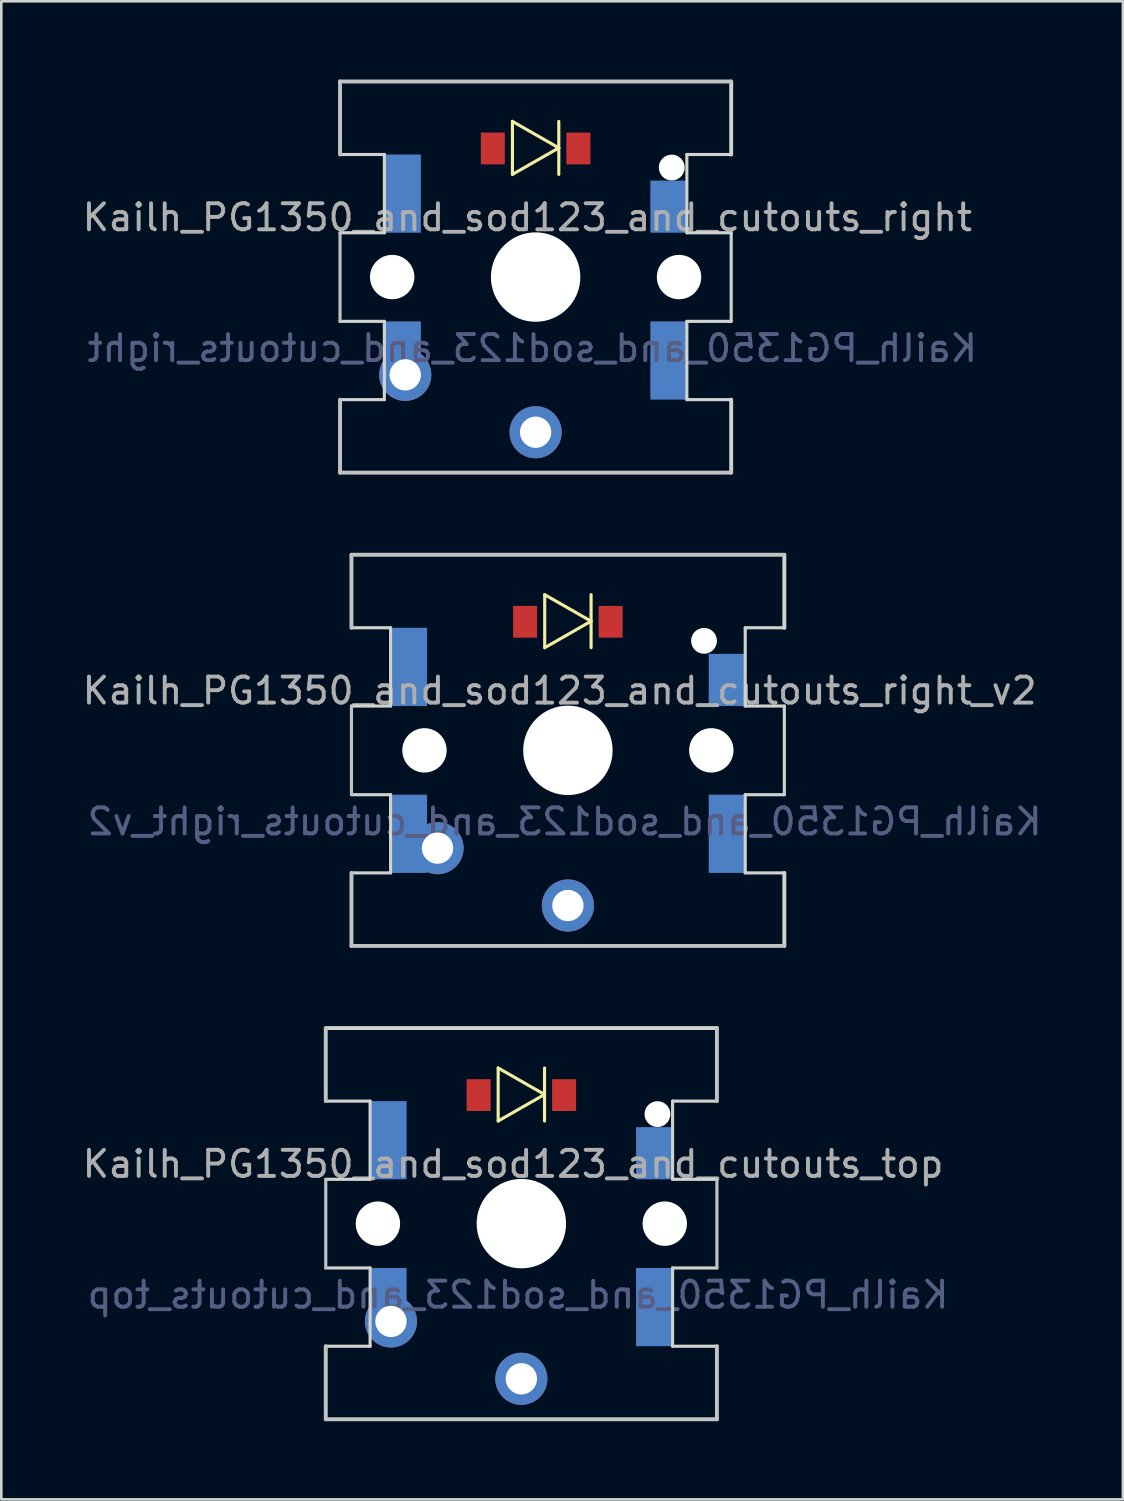
<source format=kicad_pcb>
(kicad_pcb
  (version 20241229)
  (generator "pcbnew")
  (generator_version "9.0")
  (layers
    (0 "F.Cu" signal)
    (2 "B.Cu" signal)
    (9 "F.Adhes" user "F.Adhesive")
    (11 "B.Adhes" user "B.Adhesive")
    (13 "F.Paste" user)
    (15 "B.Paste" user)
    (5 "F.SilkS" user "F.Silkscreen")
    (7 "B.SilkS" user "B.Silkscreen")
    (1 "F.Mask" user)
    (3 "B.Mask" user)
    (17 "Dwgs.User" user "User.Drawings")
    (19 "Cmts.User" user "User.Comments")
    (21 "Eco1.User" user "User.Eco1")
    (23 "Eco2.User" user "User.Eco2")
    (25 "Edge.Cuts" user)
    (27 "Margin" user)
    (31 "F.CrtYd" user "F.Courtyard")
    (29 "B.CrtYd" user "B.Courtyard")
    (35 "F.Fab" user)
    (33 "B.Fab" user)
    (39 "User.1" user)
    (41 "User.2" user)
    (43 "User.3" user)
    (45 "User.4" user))
  (footprint "Kailh_PG1350_and_sod123_and_cutouts_top"
    (layer "F.Cu")
    (at 16.943 43.875)
    (property "Reference" "Kailh_PG1350_and_sod123_and_cutouts_top" (at -0.318 -2.286 0) (layer "F.Fab") (effects (font (size 1 1) (thickness 0.15))))
    (attr smd)
    (fp_line (start -0.889 -5.969) (end -0.889 -3.937) (stroke (width 0.12) (type solid)) (layer "F.SilkS"))
    (fp_line (start -0.889 -5.969) (end 0.889 -4.953) (stroke (width 0.12) (type solid)) (layer "F.SilkS"))
    (fp_line (start 0.889 -4.953) (end -0.889 -3.937) (stroke (width 0.12) (type solid)) (layer "F.SilkS"))
    (fp_line (start 0.889 -3.937) (end 0.889 -5.969) (stroke (width 0.12) (type solid)) (layer "F.SilkS"))
    (fp_line (start -7.5 -4.7) (end -7.5 -7.5) (stroke (width 0.15) (type solid)) (layer "Dwgs.User"))
    (fp_line (start -7.5 1.7) (end -7.5 -1.7) (stroke (width 0.12) (type solid)) (layer "Dwgs.User"))
    (fp_line (start -7.5 7.5) (end -7.5 4.7) (stroke (width 0.15) (type solid)) (layer "Dwgs.User"))
    (fp_line (start 7.5 -7.5) (end 7.5 -4.7) (stroke (width 0.15) (type solid)) (layer "Dwgs.User"))
    (fp_line (start 7.5 1.7) (end 7.5 -1.7) (stroke (width 0.12) (type solid)) (layer "Dwgs.User"))
    (fp_line (start 7.5 7.5) (end -7.5 7.5) (stroke (width 0.15) (type solid)) (layer "Dwgs.User"))
    (fp_line (start 7.5 7.5) (end 7.5 4.7) (stroke (width 0.15) (type solid)) (layer "Dwgs.User"))
    (fp_line (start -7.5 -7.5) (end 7.5 -7.5) (stroke (width 0.15) (type solid)) (layer "Edge.Cuts"))
    (fp_line (start -7.5 -4.7) (end -5.8 -4.7) (stroke (width 0.12) (type solid)) (layer "Edge.Cuts"))
    (fp_line (start -7.5 -1.7) (end -5.8 -1.7) (stroke (width 0.12) (type solid)) (layer "Edge.Cuts"))
    (fp_line (start -7.5 1.7) (end -5.8 1.7) (stroke (width 0.12) (type solid)) (layer "Edge.Cuts"))
    (fp_line (start -7.5 4.7) (end -5.8 4.7) (stroke (width 0.12) (type solid)) (layer "Edge.Cuts"))
    (fp_line (start -5.8 -4.7) (end -5.8 -1.7) (stroke (width 0.12) (type solid)) (layer "Edge.Cuts"))
    (fp_line (start -5.8 4.7) (end -5.8 1.7) (stroke (width 0.12) (type solid)) (layer "Edge.Cuts"))
    (fp_line (start 5.8 -4.7) (end 7.5 -4.7) (stroke (width 0.12) (type solid)) (layer "Edge.Cuts"))
    (fp_line (start 5.8 -1.7) (end 5.8 -4.7) (stroke (width 0.12) (type solid)) (layer "Edge.Cuts"))
    (fp_line (start 5.8 -1.7) (end 7.5 -1.7) (stroke (width 0.12) (type solid)) (layer "Edge.Cuts"))
    (fp_line (start 5.8 1.7) (end 7.5 1.7) (stroke (width 0.12) (type solid)) (layer "Edge.Cuts"))
    (fp_line (start 5.8 4.7) (end 5.8 1.7) (stroke (width 0.12) (type solid)) (layer "Edge.Cuts"))
    (fp_line (start 5.8 4.7) (end 7.5 4.7) (stroke (width 0.12) (type solid)) (layer "Edge.Cuts"))
    (fp_text user "${REFERENCE}" (at -0.127 2.731 0) (layer "B.Fab") (effects (font (size 1 1) (thickness 0.15)) (justify mirror)))
    (pad "" np_thru_hole circle (at -5.5 0) (size 1.702 1.702) (drill 1.702) (layers "*.Cu" "*.Mask"))
    (pad "" np_thru_hole circle (at 0 0) (size 3.429 3.429) (drill 3.429) (layers "*.Cu" "*.Mask"))
    (pad "" np_thru_hole circle (at 5.22 -4.2) (size 0.991 0.991) (drill 0.991) (layers "*.Cu" "*.Mask"))
    (pad "" np_thru_hole circle (at 5.5 0) (size 1.702 1.702) (drill 1.702) (layers "*.Cu" "*.Mask"))
    (pad "1" smd rect (at -5.1 -3.2) (size 1.4 3) (layers "B.Cu" "B.Mask" "B.Paste"))
    (pad "1" smd rect (at -5.1 2.4) (size 1.4 1.4) (layers "B.Cu" "B.Mask" "B.Paste"))
    (pad "1" thru_hole circle (at -5 3.75) (size 2 2) (drill 1.2) (layers "*.Cu" "*.Mask"))
    (pad "2" thru_hole circle (at 0 5.95) (size 2 2) (drill 1.2) (layers "*.Cu" "*.Mask"))
    (pad "A" smd rect (at -1.64 -4.93) (size 0.92 1.22) (layers "F.Cu" "F.Mask" "F.Paste"))
    (pad "K" smd rect (at 1.64 -4.93) (size 0.92 1.22) (layers "F.Cu" "F.Mask" "F.Paste"))
    (pad "K" smd rect (at 5.1 -2.7) (size 1.4 2) (layers "B.Cu" "B.Mask" "B.Paste"))
    (pad "K" smd rect (at 5.1 3.2) (size 1.4 3) (layers "B.Cu" "B.Mask" "B.Paste")))
  (footprint "Kailh_PG1350_and_sod123_and_cutouts_right"
    (layer "F.Cu")
    (at 17.49 7.575)
    (property "Reference" "Kailh_PG1350_and_sod123_and_cutouts_right" (at -0.318 -2.286 0) (layer "F.Fab") (effects (font (size 1 1) (thickness 0.15))))
    (attr smd)
    (fp_line (start -0.889 -5.969) (end -0.889 -3.937) (stroke (width 0.12) (type solid)) (layer "F.SilkS"))
    (fp_line (start -0.889 -5.969) (end 0.889 -4.953) (stroke (width 0.12) (type solid)) (layer "F.SilkS"))
    (fp_line (start 0.889 -4.953) (end -0.889 -3.937) (stroke (width 0.12) (type solid)) (layer "F.SilkS"))
    (fp_line (start 0.889 -3.937) (end 0.889 -5.969) (stroke (width 0.12) (type solid)) (layer "F.SilkS"))
    (fp_line (start -7.5 -7.5) (end 7.5 -7.5) (stroke (width 0.15) (type solid)) (layer "Dwgs.User"))
    (fp_line (start -7.5 -4.7) (end -7.5 -7.5) (stroke (width 0.15) (type solid)) (layer "Dwgs.User"))
    (fp_line (start -7.5 1.7) (end -7.5 -1.7) (stroke (width 0.12) (type solid)) (layer "Dwgs.User"))
    (fp_line (start -7.5 7.5) (end -7.5 4.7) (stroke (width 0.15) (type solid)) (layer "Dwgs.User"))
    (fp_line (start 7.5 7.5) (end -7.5 7.5) (stroke (width 0.15) (type solid)) (layer "Dwgs.User"))
    (fp_line (start -7.5 -4.7) (end -5.8 -4.7) (stroke (width 0.12) (type solid)) (layer "Edge.Cuts"))
    (fp_line (start -7.5 -1.7) (end -5.8 -1.7) (stroke (width 0.12) (type solid)) (layer "Edge.Cuts"))
    (fp_line (start -7.5 1.7) (end -5.8 1.7) (stroke (width 0.12) (type solid)) (layer "Edge.Cuts"))
    (fp_line (start -7.5 4.7) (end -5.8 4.7) (stroke (width 0.12) (type solid)) (layer "Edge.Cuts"))
    (fp_line (start -5.8 -4.7) (end -5.8 -1.7) (stroke (width 0.12) (type solid)) (layer "Edge.Cuts"))
    (fp_line (start -5.8 4.7) (end -5.8 1.7) (stroke (width 0.12) (type solid)) (layer "Edge.Cuts"))
    (fp_line (start 5.8 -4.7) (end 7.5 -4.7) (stroke (width 0.12) (type solid)) (layer "Edge.Cuts"))
    (fp_line (start 5.8 -1.7) (end 5.8 -4.7) (stroke (width 0.12) (type solid)) (layer "Edge.Cuts"))
    (fp_line (start 5.8 -1.7) (end 7.5 -1.7) (stroke (width 0.12) (type solid)) (layer "Edge.Cuts"))
    (fp_line (start 5.8 1.7) (end 7.5 1.7) (stroke (width 0.12) (type solid)) (layer "Edge.Cuts"))
    (fp_line (start 5.8 4.7) (end 5.8 1.7) (stroke (width 0.12) (type solid)) (layer "Edge.Cuts"))
    (fp_line (start 5.8 4.7) (end 7.5 4.7) (stroke (width 0.12) (type solid)) (layer "Edge.Cuts"))
    (fp_line (start 7.5 -7.5) (end 7.5 -4.7) (stroke (width 0.15) (type solid)) (layer "Edge.Cuts"))
    (fp_line (start 7.5 1.7) (end 7.5 -1.7) (stroke (width 0.12) (type solid)) (layer "Edge.Cuts"))
    (fp_line (start 7.5 7.5) (end 7.5 4.7) (stroke (width 0.15) (type solid)) (layer "Edge.Cuts"))
    (fp_text user "${REFERENCE}" (at -0.127 2.731 0) (layer "B.Fab") (effects (font (size 1 1) (thickness 0.15)) (justify mirror)))
    (pad "" np_thru_hole circle (at -5.5 0) (size 1.702 1.702) (drill 1.702) (layers "*.Cu" "*.Mask"))
    (pad "" np_thru_hole circle (at 0 0) (size 3.429 3.429) (drill 3.429) (layers "*.Cu" "*.Mask"))
    (pad "" np_thru_hole circle (at 5.22 -4.2) (size 0.991 0.991) (drill 0.991) (layers "*.Cu" "*.Mask"))
    (pad "" np_thru_hole circle (at 5.5 0) (size 1.702 1.702) (drill 1.702) (layers "*.Cu" "*.Mask"))
    (pad "1" smd rect (at -5.1 -3.2) (size 1.4 3) (layers "B.Cu" "B.Mask" "B.Paste"))
    (pad "1" smd rect (at -5.1 2.4) (size 1.4 1.4) (layers "B.Cu" "B.Mask" "B.Paste"))
    (pad "1" thru_hole circle (at -5 3.75) (size 2 2) (drill 1.2) (layers "*.Cu" "*.Mask"))
    (pad "2" thru_hole circle (at 0 5.95) (size 2 2) (drill 1.2) (layers "*.Cu" "*.Mask"))
    (pad "A" smd rect (at -1.64 -4.93) (size 0.92 1.22) (layers "F.Cu" "F.Mask" "F.Paste"))
    (pad "K" smd rect (at 1.64 -4.93) (size 0.92 1.22) (layers "F.Cu" "F.Mask" "F.Paste"))
    (pad "K" smd rect (at 5.1 -2.7) (size 1.4 2) (layers "B.Cu" "B.Mask" "B.Paste"))
    (pad "K" smd rect (at 5.1 3.2) (size 1.4 3) (layers "B.Cu" "B.Mask" "B.Paste")))
  (footprint "Kailh_PG1350_and_sod123_and_cutouts_right_v2"
    (layer "F.Cu")
    (at 18.728 25.725)
    (property "Reference" "Kailh_PG1350_and_sod123_and_cutouts_right_v2" (at -0.318 -2.286 0) (layer "F.Fab") (effects (font (size 1 1) (thickness 0.15))))
    (attr smd)
    (fp_line (start -0.889 -5.969) (end -0.889 -3.937) (stroke (width 0.12) (type solid)) (layer "F.SilkS"))
    (fp_line (start -0.889 -5.969) (end 0.889 -4.953) (stroke (width 0.12) (type solid)) (layer "F.SilkS"))
    (fp_line (start 0.889 -4.953) (end -0.889 -3.937) (stroke (width 0.12) (type solid)) (layer "F.SilkS"))
    (fp_line (start 0.889 -3.937) (end 0.889 -5.969) (stroke (width 0.12) (type solid)) (layer "F.SilkS"))
    (fp_line (start -8.3 -7.5) (end 8.3 -7.5) (stroke (width 0.15) (type solid)) (layer "Dwgs.User"))
    (fp_line (start -8.3 -4.7) (end -8.3 -7.5) (stroke (width 0.15) (type solid)) (layer "Dwgs.User"))
    (fp_line (start -8.3 1.7) (end -8.3 -1.7) (stroke (width 0.12) (type solid)) (layer "Dwgs.User"))
    (fp_line (start -8.3 7.5) (end -8.3 4.7) (stroke (width 0.15) (type solid)) (layer "Dwgs.User"))
    (fp_line (start 8.3 7.5) (end -8.3 7.5) (stroke (width 0.15) (type solid)) (layer "Dwgs.User"))
    (fp_line (start -8.3 -4.7) (end -6.8 -4.7) (stroke (width 0.12) (type solid)) (layer "Edge.Cuts"))
    (fp_line (start -8.3 -1.7) (end -6.8 -1.7) (stroke (width 0.12) (type solid)) (layer "Edge.Cuts"))
    (fp_line (start -8.3 1.7) (end -6.8 1.7) (stroke (width 0.12) (type solid)) (layer "Edge.Cuts"))
    (fp_line (start -8.3 4.7) (end -6.8 4.7) (stroke (width 0.12) (type solid)) (layer "Edge.Cuts"))
    (fp_line (start -6.8 -4.7) (end -6.8 -1.7) (stroke (width 0.12) (type solid)) (layer "Edge.Cuts"))
    (fp_line (start -6.8 4.7) (end -6.8 1.7) (stroke (width 0.12) (type solid)) (layer "Edge.Cuts"))
    (fp_line (start 6.8 -4.7) (end 8.3 -4.7) (stroke (width 0.12) (type solid)) (layer "Edge.Cuts"))
    (fp_line (start 6.8 -1.7) (end 6.8 -4.7) (stroke (width 0.12) (type solid)) (layer "Edge.Cuts"))
    (fp_line (start 6.8 -1.7) (end 8.3 -1.7) (stroke (width 0.12) (type solid)) (layer "Edge.Cuts"))
    (fp_line (start 6.8 1.7) (end 8.3 1.7) (stroke (width 0.12) (type solid)) (layer "Edge.Cuts"))
    (fp_line (start 6.8 4.7) (end 6.8 1.7) (stroke (width 0.12) (type solid)) (layer "Edge.Cuts"))
    (fp_line (start 6.8 4.7) (end 8.3 4.7) (stroke (width 0.12) (type solid)) (layer "Edge.Cuts"))
    (fp_line (start 8.3 -7.5) (end 8.3 -4.7) (stroke (width 0.15) (type solid)) (layer "Edge.Cuts"))
    (fp_line (start 8.3 1.7) (end 8.3 -1.7) (stroke (width 0.12) (type solid)) (layer "Edge.Cuts"))
    (fp_line (start 8.3 7.5) (end 8.3 4.7) (stroke (width 0.15) (type solid)) (layer "Edge.Cuts"))
    (fp_text user "${REFERENCE}" (at -0.127 2.731 0) (layer "B.Fab") (effects (font (size 1 1) (thickness 0.15)) (justify mirror)))
    (pad "" np_thru_hole circle (at -5.5 0) (size 1.702 1.702) (drill 1.702) (layers "*.Cu" "*.Mask"))
    (pad "" np_thru_hole circle (at 0 0) (size 3.429 3.429) (drill 3.429) (layers "*.Cu" "*.Mask"))
    (pad "" np_thru_hole circle (at 5.22 -4.2) (size 0.991 0.991) (drill 0.991) (layers "*.Cu" "*.Mask"))
    (pad "" np_thru_hole circle (at 5.5 0) (size 1.702 1.702) (drill 1.702) (layers "*.Cu" "*.Mask"))
    (pad "1" smd rect (at -6.1 -3.2) (size 1.4 3) (layers "B.Cu" "B.Mask" "B.Paste"))
    (pad "1" smd rect (at -6.1 3.2) (size 1.4 3) (layers "B.Cu" "B.Mask" "B.Paste"))
    (pad "1" thru_hole circle (at -5 3.75) (size 2 2) (drill 1.2) (layers "*.Cu" "*.Mask"))
    (pad "2" thru_hole circle (at 0 5.95) (size 2 2) (drill 1.2) (layers "*.Cu" "*.Mask"))
    (pad "A" smd rect (at -1.64 -4.93) (size 0.92 1.22) (layers "F.Cu" "F.Mask" "F.Paste"))
    (pad "K" smd rect (at 1.64 -4.93) (size 0.92 1.22) (layers "F.Cu" "F.Mask" "F.Paste"))
    (pad "K" smd rect (at 6.1 -2.7) (size 1.4 2) (layers "B.Cu" "B.Mask" "B.Paste"))
    (pad "K" smd rect (at 6.1 3.2) (size 1.4 3) (layers "B.Cu" "B.Mask" "B.Paste")))
  (gr_rect
    (start -3 -3)
    (end 40.012 54.45)
    (stroke (width 0.1) (type default))
    (fill no)
    (layer "Edge.Cuts")))
</source>
